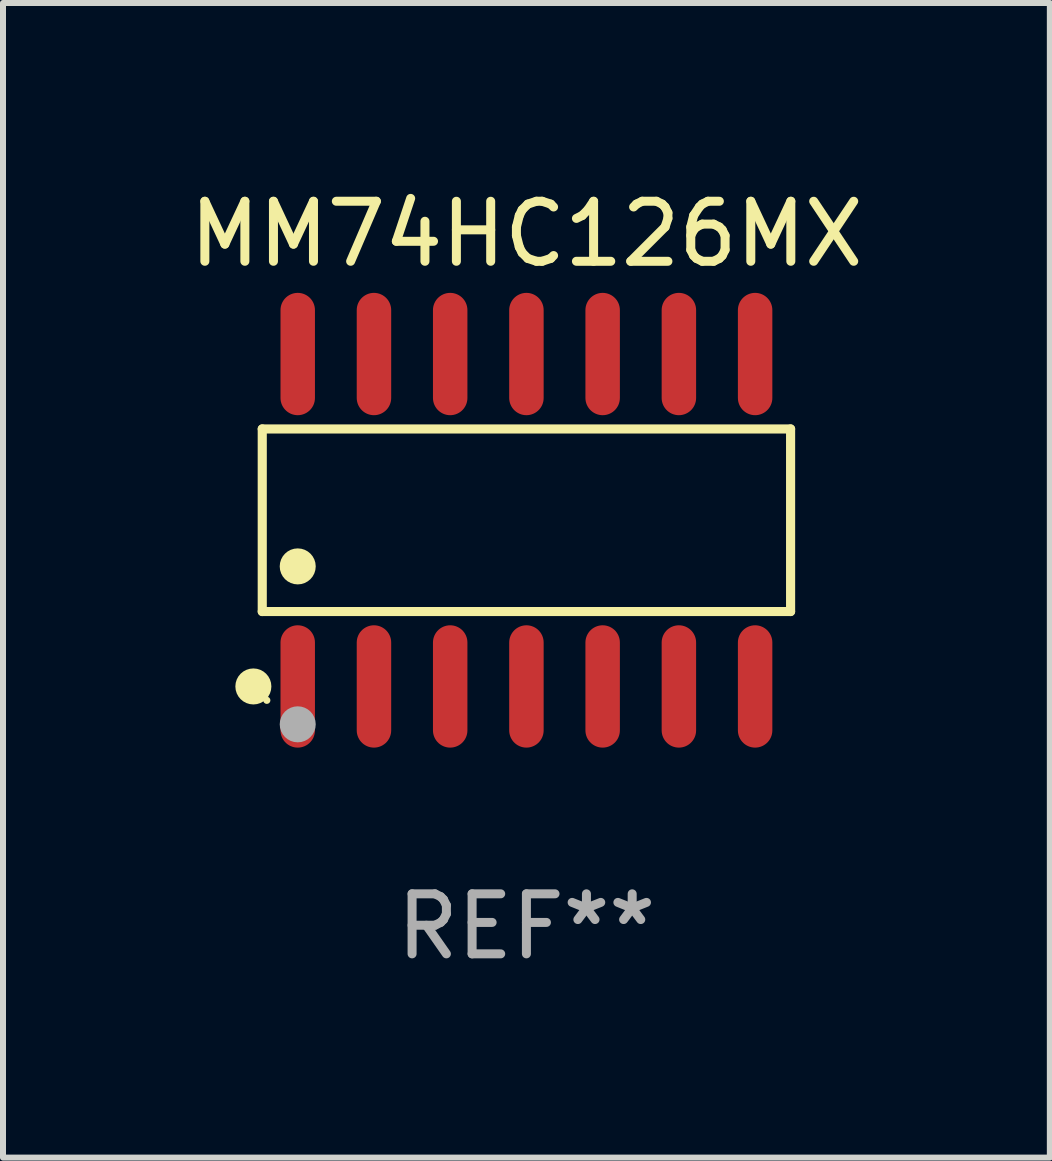
<source format=kicad_pcb>
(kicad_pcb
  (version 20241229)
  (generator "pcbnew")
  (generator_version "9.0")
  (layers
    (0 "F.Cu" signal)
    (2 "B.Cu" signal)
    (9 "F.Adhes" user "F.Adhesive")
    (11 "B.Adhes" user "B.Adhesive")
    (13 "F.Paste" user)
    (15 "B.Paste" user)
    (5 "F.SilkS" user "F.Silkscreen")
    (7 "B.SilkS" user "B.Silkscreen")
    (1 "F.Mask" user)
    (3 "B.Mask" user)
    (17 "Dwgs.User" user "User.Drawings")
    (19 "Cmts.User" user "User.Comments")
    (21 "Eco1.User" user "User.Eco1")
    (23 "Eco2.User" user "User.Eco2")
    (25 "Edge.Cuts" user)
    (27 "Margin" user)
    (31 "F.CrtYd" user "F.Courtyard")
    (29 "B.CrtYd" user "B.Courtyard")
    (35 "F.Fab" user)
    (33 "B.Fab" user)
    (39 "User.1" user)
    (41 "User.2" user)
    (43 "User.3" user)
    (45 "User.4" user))
  (footprint "MM74HC126MX"
    (layer "F.Cu")
    (at 5.72 5.617)
    (property "Reference" "MM74HC126MX" (at 0 -4.769 0) (layer "F.SilkS") (effects (font (size 1 1) (thickness 0.15))))
    (attr through_hole)
    (fp_line (start -4.401 -1.521) (end 4.401 -1.521) (stroke (width 0.152) (type solid)) (layer "F.SilkS"))
    (fp_line (start -4.401 1.521) (end -4.401 -1.521) (stroke (width 0.152) (type solid)) (layer "F.SilkS"))
    (fp_line (start 4.401 -1.521) (end 4.401 1.521) (stroke (width 0.152) (type solid)) (layer "F.SilkS"))
    (fp_line (start 4.401 1.521) (end -4.401 1.521) (stroke (width 0.152) (type solid)) (layer "F.SilkS"))
    (fp_circle (center -4.549 2.769) (end -4.399 2.769) (stroke (width 0.3) (type solid)) (fill no) (layer "F.SilkS"))
    (fp_circle (center -4.325 3) (end -4.295 3) (stroke (width 0.06) (type solid)) (fill no) (layer "F.SilkS"))
    (fp_circle (center -3.81 0.769) (end -3.66 0.769) (stroke (width 0.3) (type solid)) (fill no) (layer "F.SilkS"))
    (fp_circle (center -3.81 3.4) (end -3.66 3.4) (stroke (width 0.3) (type solid)) (fill no) (layer "F.Fab"))
    (fp_text user "REF**" (at 0 6.769 0) (layer "F.Fab") (effects (font (size 1 1) (thickness 0.15))))
    (pad "1" smd oval (at -3.81 2.769) (size 0.574 2.038) (layers "F.Cu" "F.Mask" "F.Paste"))
    (pad "2" smd oval (at -2.54 2.769) (size 0.574 2.038) (layers "F.Cu" "F.Mask" "F.Paste"))
    (pad "3" smd oval (at -1.27 2.769) (size 0.574 2.038) (layers "F.Cu" "F.Mask" "F.Paste"))
    (pad "4" smd oval (at 0 2.769) (size 0.574 2.038) (layers "F.Cu" "F.Mask" "F.Paste"))
    (pad "5" smd oval (at 1.27 2.769) (size 0.574 2.038) (layers "F.Cu" "F.Mask" "F.Paste"))
    (pad "6" smd oval (at 2.54 2.769) (size 0.574 2.038) (layers "F.Cu" "F.Mask" "F.Paste"))
    (pad "7" smd oval (at 3.81 2.769) (size 0.574 2.038) (layers "F.Cu" "F.Mask" "F.Paste"))
    (pad "8" smd oval (at 3.81 -2.769) (size 0.574 2.038) (layers "F.Cu" "F.Mask" "F.Paste"))
    (pad "9" smd oval (at 2.54 -2.769) (size 0.574 2.038) (layers "F.Cu" "F.Mask" "F.Paste"))
    (pad "10" smd oval (at 1.27 -2.769) (size 0.574 2.038) (layers "F.Cu" "F.Mask" "F.Paste"))
    (pad "11" smd oval (at 0 -2.769) (size 0.574 2.038) (layers "F.Cu" "F.Mask" "F.Paste"))
    (pad "12" smd oval (at -1.27 -2.769) (size 0.574 2.038) (layers "F.Cu" "F.Mask" "F.Paste"))
    (pad "13" smd oval (at -2.54 -2.769) (size 0.574 2.038) (layers "F.Cu" "F.Mask" "F.Paste"))
    (pad "14" smd oval (at -3.81 -2.769) (size 0.574 2.038) (layers "F.Cu" "F.Mask" "F.Paste")))
  (gr_rect
    (start -3 -3)
    (end 14.44 16.235)
    (stroke (width 0.1) (type default))
    (fill no)
    (layer "Edge.Cuts")))
</source>
